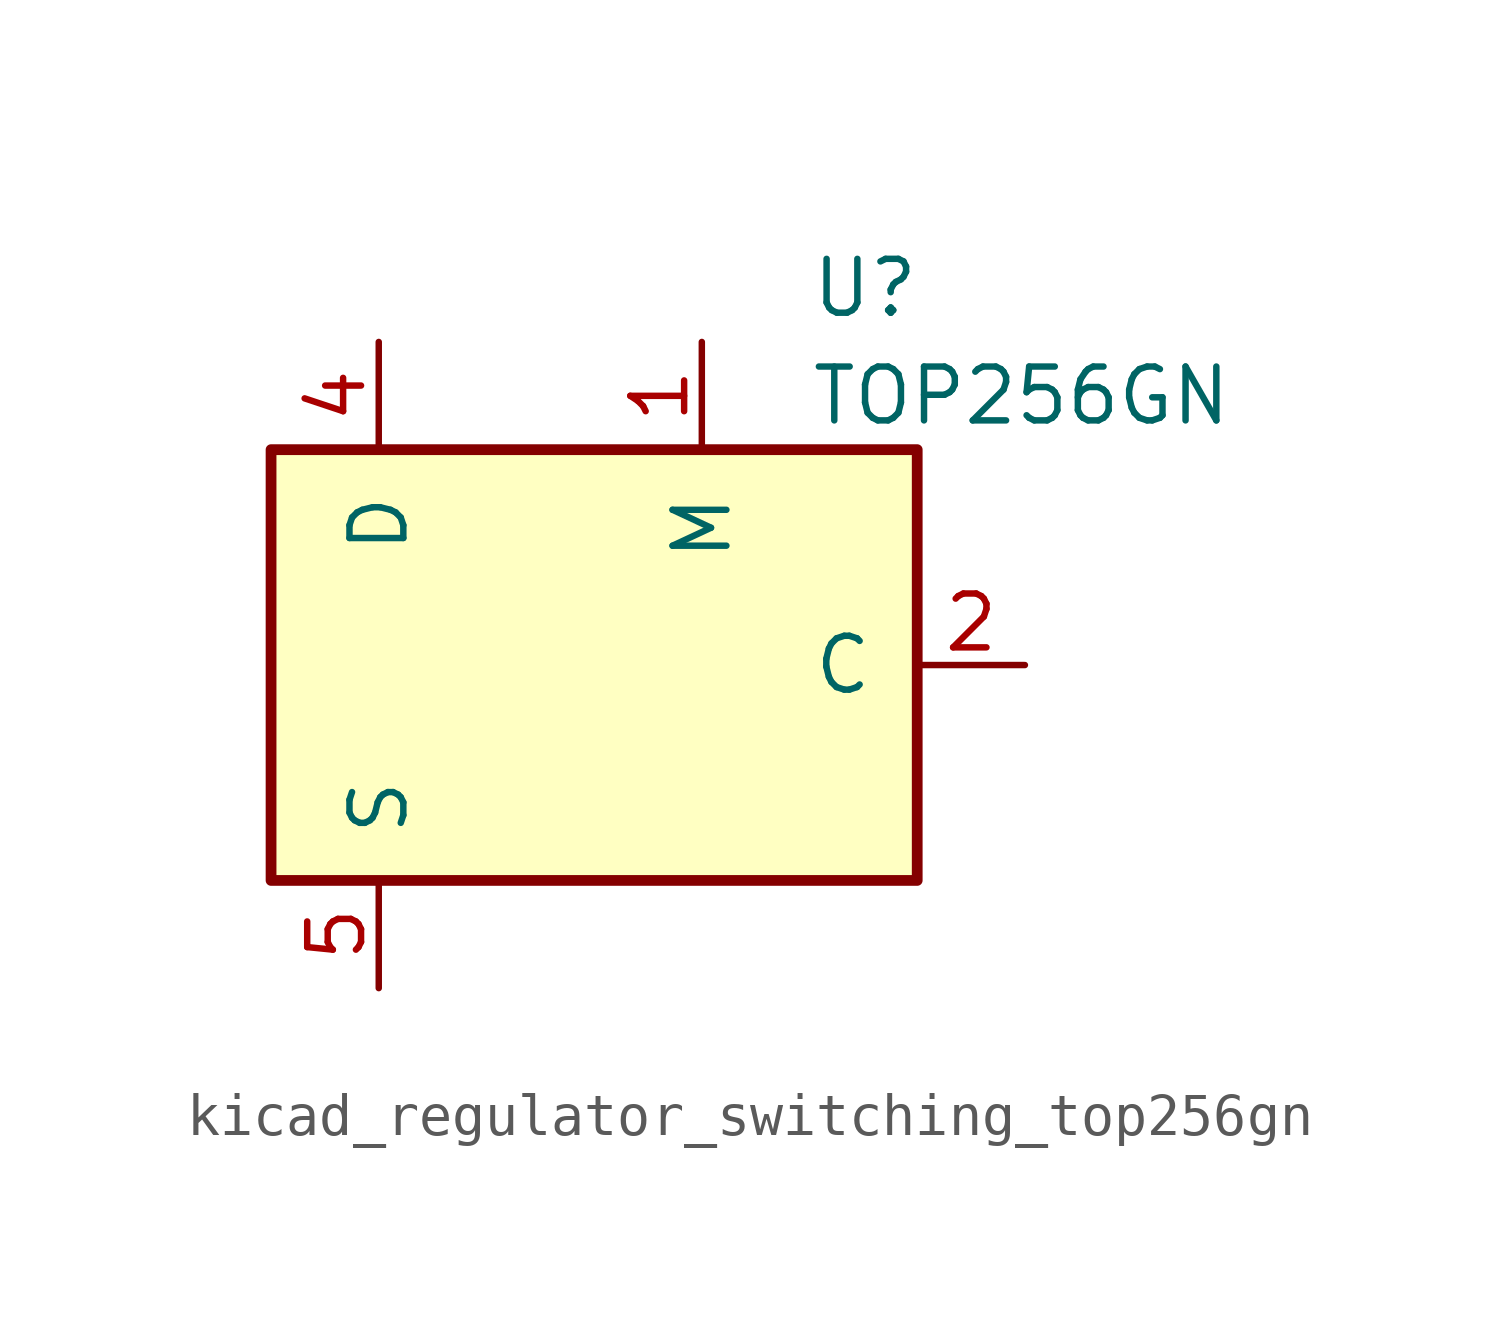
<source format=kicad_sym>
(kicad_symbol_lib
  (version 20220914)
  (generator kicad_symbol_editor)
  (symbol "kicad_regulator_switching_top256gn"
    (pin_names
      (offset 1.016))
    (property "Reference" "U"
      (at 5.08 8.89 0)
      (effects (font (size 1.27 1.27)) (justify left)))
    (property "Value" "TOP256GN"
      (at 5.08 6.35 0)
      (effects (font (size 1.27 1.27)) (justify left)))
    (symbol "kicad_regulator_switching_top256gn_0_1"
      (rectangle (start -7.62 5.08) (end 7.62 -5.08) (stroke (width 0.254) (type default)) (fill (type background))))
    (symbol "kicad_regulator_switching_top256gn_1_1"
      (pin input line (at 2.54 7.62 270) (length 2.54) (name "M" (effects (font (size 1.27 1.27)))) (number "1" (effects (font (size 1.27 1.27)))))
      (pin input line (at 10.16 0 180) (length 2.54) (name "C" (effects (font (size 1.27 1.27)))) (number "2" (effects (font (size 1.27 1.27)))))
      (pin open_collector line (at -5.08 7.62 270) (length 2.54) (name "D" (effects (font (size 1.27 1.27)))) (number "4" (effects (font (size 1.27 1.27)))))
      (pin power_in line (at -5.08 -7.62 90) (length 2.54) (name "S" (effects (font (size 1.27 1.27)))) (number "5" (effects (font (size 1.27 1.27)))))
      (pin passive line (at -5.08 -7.62 90) (length 2.54) hide (name "S" (effects (font (size 1.27 1.27)))) (number "6" (effects (font (size 1.27 1.27)))))
      (pin passive line (at -5.08 -7.62 90) (length 2.54) hide (name "S" (effects (font (size 1.27 1.27)))) (number "7" (effects (font (size 1.27 1.27)))))
      (pin passive line (at -5.08 -7.62 90) (length 2.54) hide (name "S" (effects (font (size 1.27 1.27)))) (number "8" (effects (font (size 1.27 1.27))))))))
</source>
